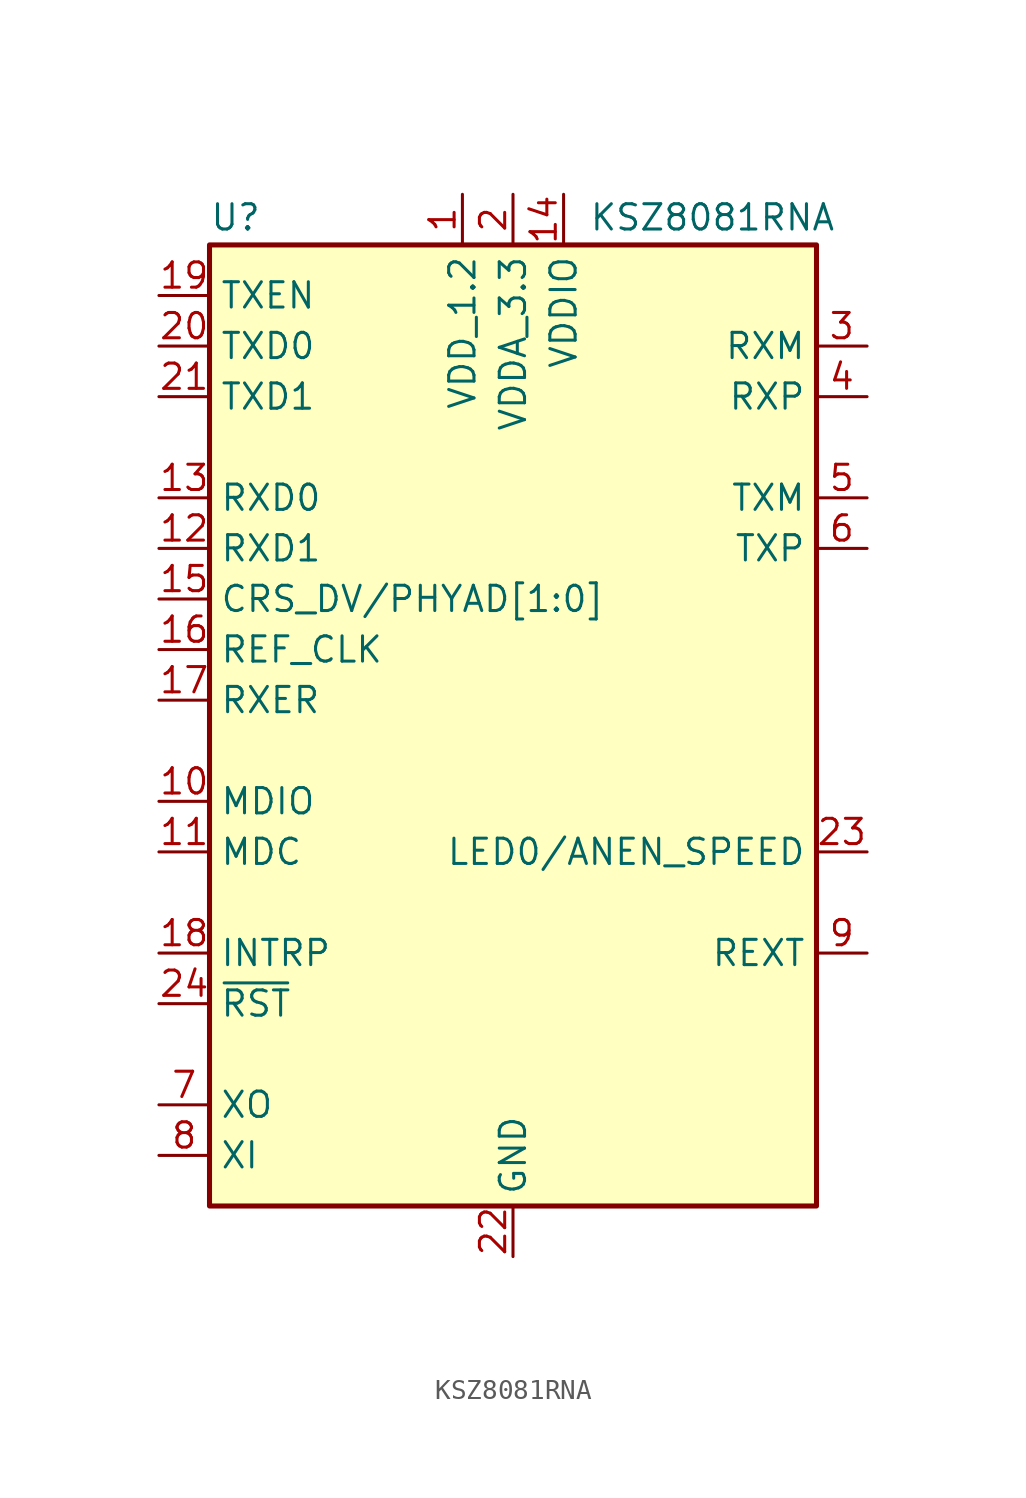
<source format=kicad_sym>
(kicad_symbol_lib
  (version 20211014)
  (generator kicad_symbol_editor)
  (symbol "KSZ8081RNA"
    (property "Reference" "U"
      (at -15.24 26.035 0)
      (effects (font (size 1.27 1.27)) (justify left bottom)))
    (property "Value" "KSZ8081RNA"
      (at 3.81 26.035 0)
      (effects (font (size 1.27 1.27)) (justify left bottom)))
    (symbol "KSZ8081RNA_0_1"
      (rectangle (start -15.24 25.4) (end 15.24 -22.86) (stroke (width 0.254) (type default) (color 0 0 0 0)) (fill (type background))))
    (symbol "KSZ8081RNA_1_1"
      (pin power_out line (at -2.54 27.94 270) (length 2.54) (name "VDD_1.2" (effects (font (size 1.27 1.27)))) (number "1" (effects (font (size 1.27 1.27)))))
      (pin bidirectional line (at -17.78 -2.54 0) (length 2.54) (name "MDIO" (effects (font (size 1.27 1.27)))) (number "10" (effects (font (size 1.27 1.27)))))
      (pin input line (at -17.78 -5.08 0) (length 2.54) (name "MDC" (effects (font (size 1.27 1.27)))) (number "11" (effects (font (size 1.27 1.27)))))
      (pin output line (at -17.78 10.16 0) (length 2.54) (name "RXD1" (effects (font (size 1.27 1.27)))) (number "12" (effects (font (size 1.27 1.27)))))
      (pin output line (at -17.78 12.7 0) (length 2.54) (name "RXD0" (effects (font (size 1.27 1.27)))) (number "13" (effects (font (size 1.27 1.27)))))
      (pin power_in line (at 2.54 27.94 270) (length 2.54) (name "VDDIO" (effects (font (size 1.27 1.27)))) (number "14" (effects (font (size 1.27 1.27)))))
      (pin output line (at -17.78 7.62 0) (length 2.54) (name "CRS_DV/PHYAD[1:0]" (effects (font (size 1.27 1.27)))) (number "15" (effects (font (size 1.27 1.27)))))
      (pin output line (at -17.78 5.08 0) (length 2.54) (name "REF_CLK" (effects (font (size 1.27 1.27)))) (number "16" (effects (font (size 1.27 1.27)))))
      (pin output line (at -17.78 2.54 0) (length 2.54) (name "RXER" (effects (font (size 1.27 1.27)))) (number "17" (effects (font (size 1.27 1.27)))))
      (pin bidirectional line (at -17.78 -10.16 0) (length 2.54) (name "INTRP" (effects (font (size 1.27 1.27)))) (number "18" (effects (font (size 1.27 1.27)))))
      (pin input line (at -17.78 22.86 0) (length 2.54) (name "TXEN" (effects (font (size 1.27 1.27)))) (number "19" (effects (font (size 1.27 1.27)))))
      (pin power_in line (at 0 27.94 270) (length 2.54) (name "VDDA_3.3" (effects (font (size 1.27 1.27)))) (number "2" (effects (font (size 1.27 1.27)))))
      (pin input line (at -17.78 20.32 0) (length 2.54) (name "TXD0" (effects (font (size 1.27 1.27)))) (number "20" (effects (font (size 1.27 1.27)))))
      (pin bidirectional line (at -17.78 17.78 0) (length 2.54) (name "TXD1" (effects (font (size 1.27 1.27)))) (number "21" (effects (font (size 1.27 1.27)))))
      (pin power_in line (at 0 -25.4 90) (length 2.54) (name "GND" (effects (font (size 1.27 1.27)))) (number "22" (effects (font (size 1.27 1.27)))))
      (pin output line (at 17.78 -5.08 180) (length 2.54) (name "LED0/ANEN_SPEED" (effects (font (size 1.27 1.27)))) (number "23" (effects (font (size 1.27 1.27)))))
      (pin input line (at -17.78 -12.7 0) (length 2.54) (name "~{RST}" (effects (font (size 1.27 1.27)))) (number "24" (effects (font (size 1.27 1.27)))))
      (pin passive line (at 0 -25.4 90) (length 2.54) hide (name "GND" (effects (font (size 1.27 1.27)))) (number "25" (effects (font (size 1.27 1.27)))))
      (pin bidirectional line (at 17.78 20.32 180) (length 2.54) (name "RXM" (effects (font (size 1.27 1.27)))) (number "3" (effects (font (size 1.27 1.27)))))
      (pin bidirectional line (at 17.78 17.78 180) (length 2.54) (name "RXP" (effects (font (size 1.27 1.27)))) (number "4" (effects (font (size 1.27 1.27)))))
      (pin bidirectional line (at 17.78 12.7 180) (length 2.54) (name "TXM" (effects (font (size 1.27 1.27)))) (number "5" (effects (font (size 1.27 1.27)))))
      (pin bidirectional line (at 17.78 10.16 180) (length 2.54) (name "TXP" (effects (font (size 1.27 1.27)))) (number "6" (effects (font (size 1.27 1.27)))))
      (pin output line (at -17.78 -17.78 0) (length 2.54) (name "XO" (effects (font (size 1.27 1.27)))) (number "7" (effects (font (size 1.27 1.27)))))
      (pin input line (at -17.78 -20.32 0) (length 2.54) (name "XI" (effects (font (size 1.27 1.27)))) (number "8" (effects (font (size 1.27 1.27)))))
      (pin passive line (at 17.78 -10.16 180) (length 2.54) (name "REXT" (effects (font (size 1.27 1.27)))) (number "9" (effects (font (size 1.27 1.27))))))))
</source>
